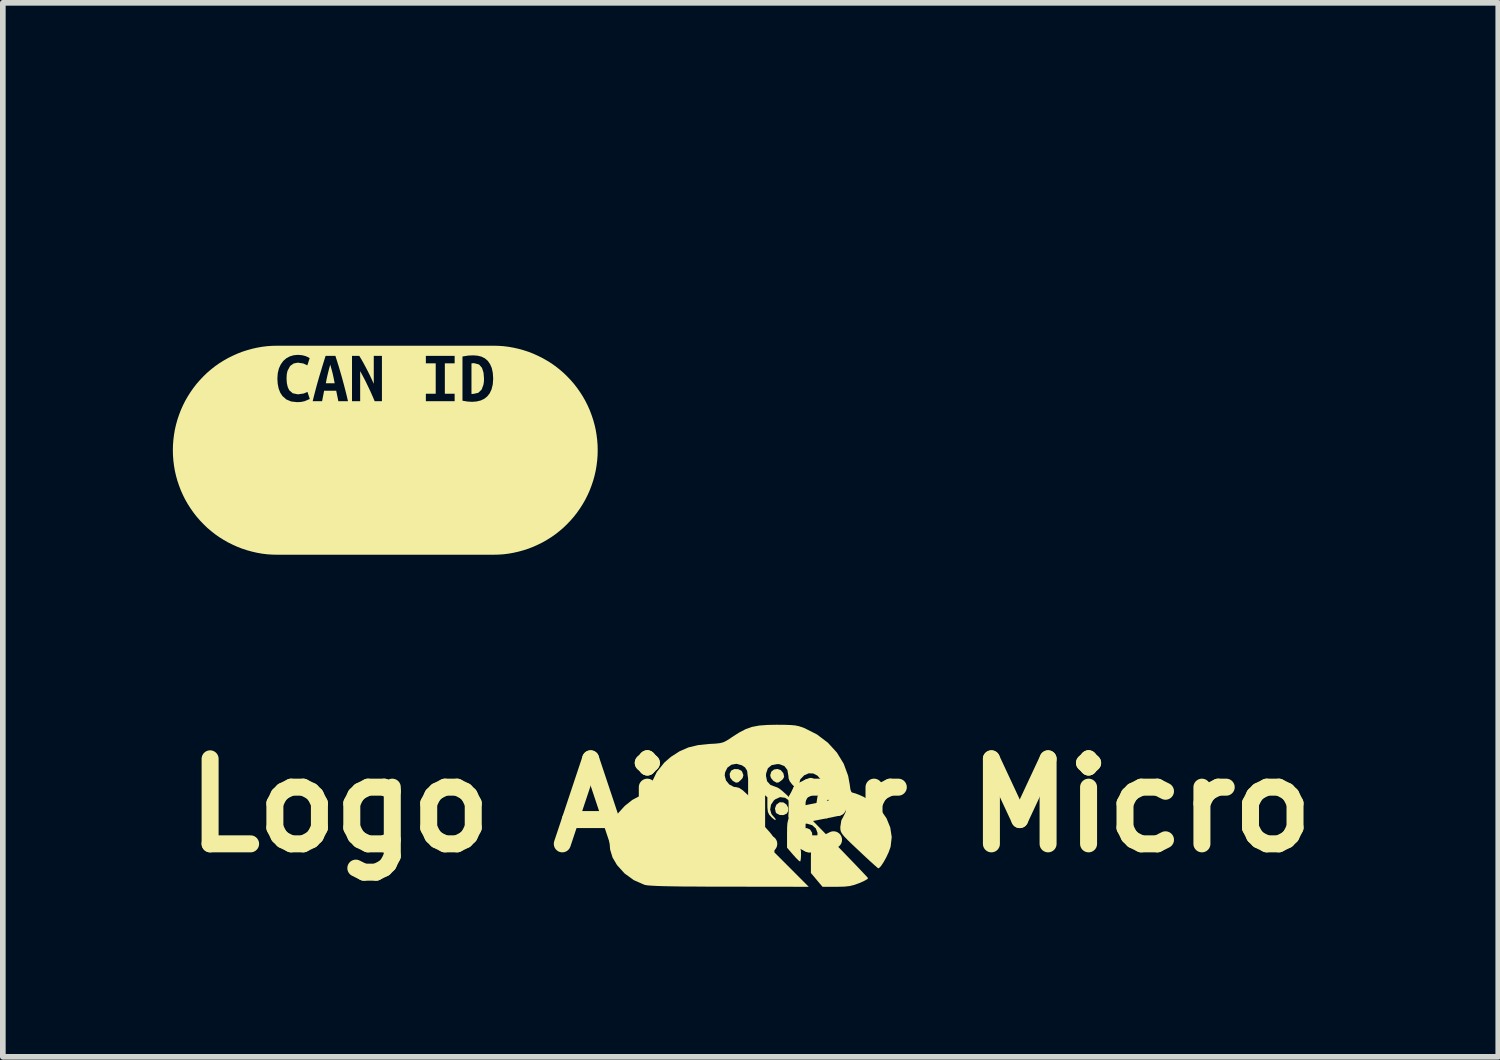
<source format=kicad_pcb>
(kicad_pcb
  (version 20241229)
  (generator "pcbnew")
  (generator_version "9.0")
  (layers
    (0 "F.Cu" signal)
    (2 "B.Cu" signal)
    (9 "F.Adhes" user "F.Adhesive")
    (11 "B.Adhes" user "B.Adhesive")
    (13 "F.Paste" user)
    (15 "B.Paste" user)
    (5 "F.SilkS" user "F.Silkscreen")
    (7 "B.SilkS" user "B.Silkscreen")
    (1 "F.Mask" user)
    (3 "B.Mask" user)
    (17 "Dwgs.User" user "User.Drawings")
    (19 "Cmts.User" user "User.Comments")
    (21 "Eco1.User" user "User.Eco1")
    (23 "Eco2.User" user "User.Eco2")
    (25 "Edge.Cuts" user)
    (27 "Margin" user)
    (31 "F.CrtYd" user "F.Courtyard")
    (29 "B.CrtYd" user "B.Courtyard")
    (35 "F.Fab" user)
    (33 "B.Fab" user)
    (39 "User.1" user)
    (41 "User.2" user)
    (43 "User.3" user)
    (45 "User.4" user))
  (footprint "Logo Aisler Micro"
    (layer "F.Cu")
    (at 10.193 11.161)
    (property "Reference" "Logo Aisler Micro" (at 0 0 0) (layer "F.SilkS") (effects (font (size 1.5 1.5) (thickness 0.3))))
    (attr board_only exclude_from_pos_files exclude_from_bom)
    (fp_poly (pts (xy 0.582 -0.052) (xy 0.634 -0.015) (xy 0.664 0.041) (xy 0.663 0.103) (xy 0.639 0.144) (xy 0.582 0.171) (xy 0.514 0.169) (xy 0.457 0.139) (xy 0.444 0.121) (xy 0.431 0.052) (xy 0.455 -0.012) (xy 0.509 -0.053) (xy 0.516 -0.056)) (stroke (width 0) (type solid)) (fill yes) (layer "F.SilkS"))
    (fp_poly (pts (xy 1.049 0.424) (xy 1.084 0.479) (xy 1.089 0.516) (xy 1.071 0.591) (xy 1.025 0.635) (xy 0.965 0.644) (xy 0.904 0.614) (xy 0.877 0.582) (xy 0.85 0.533) (xy 0.855 0.495) (xy 0.877 0.458) (xy 0.931 0.41) (xy 0.993 0.4)) (stroke (width 0) (type solid)) (fill yes) (layer "F.SilkS"))
    (fp_poly (pts (xy -0.22 -0.64) (xy -0.164 -0.614) (xy -0.149 -0.596) (xy -0.126 -0.534) (xy -0.14 -0.484) (xy -0.173 -0.446) (xy -0.22 -0.406) (xy -0.259 -0.402) (xy -0.312 -0.432) (xy -0.316 -0.435) (xy -0.36 -0.489) (xy -0.369 -0.556) (xy -0.342 -0.614) (xy -0.287 -0.641)) (stroke (width 0) (type solid)) (fill yes) (layer "F.SilkS"))
    (fp_poly (pts (xy 1.089 -0.482) (xy 1.126 -0.46) (xy 1.178 -0.409) (xy 1.183 -0.347) (xy 1.163 -0.295) (xy 1.119 -0.259) (xy 1.054 -0.248) (xy 0.991 -0.262) (xy 0.97 -0.277) (xy 0.942 -0.336) (xy 0.953 -0.402) (xy 0.999 -0.458) (xy 1.003 -0.46) (xy 1.051 -0.486)) (stroke (width 0) (type solid)) (fill yes) (layer "F.SilkS"))
    (fp_poly (pts (xy 0.533 -0.623) (xy 0.577 -0.571) (xy 0.581 -0.561) (xy 0.593 -0.504) (xy 0.572 -0.465) (xy 0.548 -0.443) (xy 0.497 -0.406) (xy 0.46 -0.401) (xy 0.415 -0.426) (xy 0.402 -0.435) (xy 0.36 -0.484) (xy 0.347 -0.531) (xy 0.366 -0.595) (xy 0.413 -0.633) (xy 0.474 -0.643)) (stroke (width 0) (type solid)) (fill yes) (layer "F.SilkS"))
    (fp_poly (pts (xy 1.51 -0.061) (xy 1.547 -0.039) (xy 1.596 0.015) (xy 1.608 0.081) (xy 1.582 0.141) (xy 1.579 0.144) (xy 1.526 0.168) (xy 1.456 0.17) (xy 1.398 0.149) (xy 1.391 0.144) (xy 1.363 0.085) (xy 1.374 0.018) (xy 1.42 -0.037) (xy 1.423 -0.039) (xy 1.472 -0.066)) (stroke (width 0) (type solid)) (fill yes) (layer "F.SilkS"))
    (fp_poly (pts (xy 0.602 -1.422) (xy 0.709 -1.418) (xy 0.789 -1.411) (xy 0.855 -1.397) (xy 0.917 -1.377) (xy 0.949 -1.365) (xy 1.172 -1.252) (xy 1.364 -1.107) (xy 1.523 -0.933) (xy 1.643 -0.737) (xy 1.722 -0.523) (xy 1.75 -0.369) (xy 1.762 -0.282) (xy 1.779 -0.237) (xy 1.803 -0.223) (xy 1.805 -0.223) (xy 1.846 -0.213) (xy 1.917 -0.186) (xy 1.993 -0.152) (xy 2.159 -0.051) (xy 2.296 0.078) (xy 2.399 0.227) (xy 2.465 0.389) (xy 2.491 0.558) (xy 2.472 0.725) (xy 2.466 0.746) (xy 2.435 0.831) (xy 2.393 0.92) (xy 2.347 1.002) (xy 2.303 1.068) (xy 2.268 1.105) (xy 2.253 1.11) (xy 2.229 1.091) (xy 2.175 1.043) (xy 2.097 0.973) (xy 2.002 0.885) (xy 1.908 0.796) (xy 1.793 0.688) (xy 1.709 0.606) (xy 1.651 0.546) (xy 1.615 0.501) (xy 1.595 0.465) (xy 1.586 0.431) (xy 1.584 0.393) (xy 1.584 0.38) (xy 1.602 0.264) (xy 1.634 0.205) (xy 1.677 0.118) (xy 1.683 0.026) (xy 1.654 -0.057) (xy 1.618 -0.097) (xy 1.532 -0.141) (xy 1.449 -0.144) (xy 1.377 -0.112) (xy 1.322 -0.054) (xy 1.292 0.022) (xy 1.293 0.109) (xy 1.332 0.2) (xy 1.341 0.213) (xy 1.356 0.238) (xy 1.338 0.227) (xy 1.289 0.184) (xy 1.279 0.174) (xy 1.215 0.109) (xy 1.18 0.059) (xy 1.166 0.007) (xy 1.164 -0.045) (xy 1.181 -0.157) (xy 1.213 -0.216) (xy 1.256 -0.302) (xy 1.261 -0.388) (xy 1.233 -0.465) (xy 1.179 -0.526) (xy 1.108 -0.563) (xy 1.026 -0.566) (xy 0.945 -0.53) (xy 0.878 -0.46) (xy 0.857 -0.377) (xy 0.883 -0.277) (xy 0.89 -0.264) (xy 0.939 -0.164) (xy 0.804 -0.298) (xy 0.732 -0.372) (xy 0.691 -0.427) (xy 0.672 -0.475) (xy 0.668 -0.522) (xy 0.65 -0.626) (xy 0.597 -0.694) (xy 0.511 -0.727) (xy 0.47 -0.729) (xy 0.372 -0.71) (xy 0.306 -0.655) (xy 0.275 -0.565) (xy 0.272 -0.521) (xy 0.292 -0.426) (xy 0.353 -0.36) (xy 0.452 -0.324) (xy 0.478 -0.314) (xy 0.514 -0.292) (xy 0.563 -0.253) (xy 0.628 -0.195) (xy 0.712 -0.115) (xy 0.819 -0.011) (xy 0.951 0.121) (xy 1.11 0.283) (xy 1.3 0.477) (xy 1.459 0.64) (xy 1.608 0.794) (xy 1.742 0.933) (xy 1.859 1.054) (xy 1.953 1.153) (xy 2.023 1.227) (xy 2.064 1.272) (xy 2.074 1.284) (xy 2.057 1.303) (xy 2.004 1.333) (xy 1.927 1.368) (xy 1.919 1.371) (xy 1.83 1.403) (xy 1.748 1.423) (xy 1.655 1.433) (xy 1.534 1.436) (xy 1.514 1.436) (xy 1.27 1.436) (xy 1.167 1.314) (xy 1.065 1.192) (xy 1.065 0.965) (xy 1.066 0.854) (xy 1.071 0.78) (xy 1.084 0.73) (xy 1.106 0.69) (xy 1.126 0.664) (xy 1.175 0.575) (xy 1.182 0.486) (xy 1.152 0.407) (xy 1.088 0.349) (xy 0.996 0.322) (xy 0.978 0.322) (xy 0.882 0.342) (xy 0.813 0.395) (xy 0.776 0.472) (xy 0.776 0.56) (xy 0.818 0.649) (xy 0.829 0.664) (xy 0.871 0.728) (xy 0.889 0.802) (xy 0.891 0.864) (xy 0.888 0.935) (xy 0.88 0.981) (xy 0.873 0.99) (xy 0.848 0.973) (xy 0.802 0.927) (xy 0.749 0.868) (xy 0.644 0.746) (xy 0.644 0.506) (xy 0.645 0.393) (xy 0.65 0.317) (xy 0.661 0.265) (xy 0.681 0.226) (xy 0.706 0.194) (xy 0.757 0.107) (xy 0.76 0.024) (xy 0.713 -0.057) (xy 0.695 -0.076) (xy 0.609 -0.135) (xy 0.521 -0.146) (xy 0.435 -0.107) (xy 0.412 -0.088) (xy 0.361 -0.013) (xy 0.346 0.072) (xy 0.368 0.151) (xy 0.396 0.186) (xy 0.433 0.228) (xy 0.446 0.256) (xy 0.43 0.257) (xy 0.392 0.229) (xy 0.371 0.21) (xy 0.328 0.162) (xy 0.306 0.114) (xy 0.298 0.044) (xy 0.297 -0.002) (xy 0.297 -0.143) (xy 0.124 -0.297) (xy 0.037 -0.377) (xy -0.016 -0.436) (xy -0.043 -0.482) (xy -0.05 -0.52) (xy -0.06 -0.61) (xy -0.096 -0.669) (xy -0.153 -0.708) (xy -0.249 -0.734) (xy -0.337 -0.718) (xy -0.408 -0.666) (xy -0.449 -0.584) (xy -0.456 -0.528) (xy -0.433 -0.44) (xy -0.375 -0.369) (xy -0.295 -0.327) (xy -0.252 -0.322) (xy -0.201 -0.309) (xy -0.139 -0.268) (xy -0.056 -0.192) (xy -0.043 -0.179) (xy 0.028 -0.105) (xy 0.07 -0.053) (xy 0.091 -0.007) (xy 0.099 0.046) (xy 0.099 0.087) (xy 0.101 0.147) (xy 0.112 0.195) (xy 0.137 0.242) (xy 0.184 0.3) (xy 0.258 0.383) (xy 0.259 0.384) (xy 0.333 0.466) (xy 0.38 0.524) (xy 0.406 0.571) (xy 0.417 0.619) (xy 0.42 0.681) (xy 0.42 0.693) (xy 0.421 0.829) (xy 0.724 1.132) (xy 1.027 1.436) (xy -0.372 1.434) (xy -0.69 1.434) (xy -0.961 1.432) (xy -1.19 1.431) (xy -1.38 1.428) (xy -1.534 1.425) (xy -1.656 1.421) (xy -1.748 1.416) (xy -1.815 1.411) (xy -1.859 1.404) (xy -1.874 1.4) (xy -2.059 1.319) (xy -2.223 1.2) (xy -2.356 1.053) (xy -2.435 0.919) (xy -2.478 0.777) (xy -2.491 0.614) (xy -2.474 0.446) (xy -2.429 0.293) (xy -2.418 0.268) (xy -2.333 0.134) (xy -2.218 0.008) (xy -2.086 -0.097) (xy -1.952 -0.168) (xy -1.95 -0.169) (xy -1.878 -0.197) (xy -1.831 -0.226) (xy -1.799 -0.268) (xy -1.77 -0.334) (xy -1.746 -0.4) (xy -1.654 -0.59) (xy -1.52 -0.757) (xy -1.406 -0.856) (xy -1.252 -0.955) (xy -1.096 -1.023) (xy -0.925 -1.064) (xy -0.732 -1.084) (xy -0.617 -1.09) (xy -0.538 -1.099) (xy -0.478 -1.115) (xy -0.422 -1.143) (xy -0.355 -1.185) (xy -0.332 -1.202) (xy -0.202 -1.285) (xy -0.087 -1.345) (xy 0.026 -1.385) (xy 0.151 -1.409) (xy 0.3 -1.42) (xy 0.458 -1.423)) (stroke (width 0) (type solid)) (fill yes) (layer "F.SilkS")))
  (footprint "CAN ID Label 2"
    (layer "F.Cu")
    (at 3.748 4.894)
    (property "Reference" "CAN ID Label 2" (at 0 -4.892 0) (layer "F.SilkS") (effects (font (size 0.001 0.001) (thickness 0.15))))
    (attr exclude_from_pos_files exclude_from_bom allow_missing_courtyard)
    (fp_poly (pts (xy -0.971 -1.51) (xy -0.995 -1.424) (xy -1.015 -1.344) (xy -1.033 -1.264) (xy -1.049 -1.181) (xy -0.893 -1.181) (xy -0.909 -1.264) (xy -0.926 -1.344) (xy -0.947 -1.424) (xy -0.971 -1.51)) (stroke (width 0) (type solid)) (fill yes) (layer "F.SilkS"))
    (fp_poly (pts (xy 1.521 -0.994) (xy 1.535 -0.993) (xy 1.55 -0.993) (xy 1.641 -1.013) (xy 1.7 -1.07) (xy 1.732 -1.156) (xy 1.74 -1.208) (xy 1.742 -1.265) (xy 1.734 -1.366) (xy 1.707 -1.453) (xy 1.654 -1.513) (xy 1.568 -1.536) (xy 1.544 -1.535) (xy 1.521 -1.532) (xy 1.521 -0.994)) (stroke (width 0) (type solid)) (fill yes) (layer "F.SilkS"))
    (fp_poly (pts (xy -1.904 -1.844) (xy -1.904 -1.844) (xy -1.994 -1.842) (xy -2.085 -1.836) (xy -2.174 -1.825) (xy -2.264 -1.809) (xy -2.352 -1.789) (xy -2.439 -1.765) (xy -2.525 -1.737) (xy -2.61 -1.704) (xy -2.692 -1.667) (xy -2.773 -1.627) (xy -2.852 -1.582) (xy -2.929 -1.534) (xy -3.003 -1.482) (xy -3.074 -1.426) (xy -3.143 -1.367) (xy -3.208 -1.304) (xy -3.27 -1.239) (xy -3.33 -1.17) (xy -3.385 -1.099) (xy -3.437 -1.025) (xy -3.486 -0.948) (xy -3.531 -0.869) (xy -3.571 -0.789) (xy -3.608 -0.706) (xy -3.64 -0.621) (xy -3.669 -0.535) (xy -3.693 -0.448) (xy -3.713 -0.36) (xy -3.728 -0.271) (xy -3.739 -0.181) (xy -3.746 -0.091) (xy -3.748 0) (xy -3.746 0.091) (xy -3.739 0.181) (xy -3.728 0.271) (xy -3.713 0.36) (xy -3.693 0.448) (xy -3.669 0.535) (xy -3.64 0.621) (xy -3.608 0.706) (xy -3.571 0.789) (xy -3.531 0.869) (xy -3.486 0.948) (xy -3.437 1.025) (xy -3.385 1.099) (xy -3.33 1.17) (xy -3.27 1.239) (xy -3.208 1.304) (xy -3.143 1.367) (xy -3.074 1.426) (xy -3.003 1.482) (xy -2.929 1.534) (xy -2.852 1.582) (xy -2.773 1.627) (xy -2.692 1.667) (xy -2.61 1.704) (xy -2.525 1.737) (xy -2.439 1.765) (xy -2.352 1.789) (xy -2.264 1.809) (xy -2.174 1.825) (xy -2.085 1.836) (xy -1.994 1.842) (xy -1.904 1.844) (xy -1.904 1.844) (xy -1.556 1.844) (xy -1.556 -0.848) (xy -1.66 -0.86) (xy -1.746 -0.896) (xy -1.815 -0.957) (xy -1.854 -1.017) (xy -1.881 -1.088) (xy -1.898 -1.171) (xy -1.904 -1.265) (xy -1.897 -1.36) (xy -1.877 -1.443) (xy -1.844 -1.514) (xy -1.801 -1.574) (xy -1.748 -1.621) (xy -1.686 -1.655) (xy -1.616 -1.676) (xy -1.541 -1.683) (xy -1.464 -1.676) (xy -1.404 -1.66) (xy -1.36 -1.64) (xy -1.334 -1.625) (xy -1.375 -1.498) (xy -1.447 -1.531) (xy -1.543 -1.545) (xy -1.616 -1.531) (xy -1.679 -1.486) (xy -1.725 -1.401) (xy -1.738 -1.342) (xy -1.742 -1.269) (xy -1.737 -1.185) (xy -1.721 -1.115) (xy -1.695 -1.059) (xy -1.633 -1.005) (xy -1.541 -0.986) (xy -1.438 -1.001) (xy -1.373 -1.029) (xy -1.332 -0.904) (xy -1.424 -0.865) (xy -1.485 -0.852) (xy -1.556 -0.848) (xy -1.556 1.844) (xy -0.828 1.844) (xy -0.828 -0.865) (xy -0.866 -1.05) (xy -1.079 -1.05) (xy -1.115 -0.865) (xy -1.281 -0.865) (xy -1.258 -0.958) (xy -1.235 -1.047) (xy -1.212 -1.134) (xy -1.189 -1.216) (xy -1.166 -1.296) (xy -1.137 -1.392) (xy -1.109 -1.485) (xy -1.081 -1.576) (xy -1.053 -1.665) (xy -0.88 -1.665) (xy -0.852 -1.576) (xy -0.823 -1.484) (xy -0.795 -1.389) (xy -0.767 -1.292) (xy -0.745 -1.212) (xy -0.723 -1.129) (xy -0.701 -1.044) (xy -0.679 -0.956) (xy -0.658 -0.865) (xy -0.828 -0.865) (xy -0.828 1.844) (xy -0.187 1.844) (xy -0.187 -0.865) (xy -0.225 -0.954) (xy -0.264 -1.042) (xy -0.306 -1.13) (xy -0.349 -1.219) (xy -0.395 -1.307) (xy -0.443 -1.396) (xy -0.443 -0.865) (xy -0.587 -0.865) (xy -0.587 -1.665) (xy -0.459 -1.665) (xy -0.423 -1.606) (xy -0.386 -1.541) (xy -0.351 -1.475) (xy -0.316 -1.409) (xy -0.283 -1.344) (xy -0.253 -1.281) (xy -0.226 -1.223) (xy -0.203 -1.172) (xy -0.203 -1.665) (xy -0.059 -1.665) (xy -0.059 -0.865) (xy -0.187 -0.865) (xy -0.187 1.844) (xy 0.716 1.844) (xy 0.716 -0.865) (xy 0.716 -0.997) (xy 0.89 -0.997) (xy 0.89 -1.533) (xy 0.716 -1.533) (xy 0.716 -1.665) (xy 1.224 -1.665) (xy 1.224 -1.533) (xy 1.051 -1.533) (xy 1.051 -0.997) (xy 1.224 -0.997) (xy 1.224 -0.865) (xy 0.716 -0.865) (xy 0.716 1.844) (xy 1.533 1.844) (xy 1.533 -0.854) (xy 1.449 -0.859) (xy 1.362 -0.874) (xy 1.362 -1.654) (xy 1.464 -1.67) (xy 1.553 -1.674) (xy 1.629 -1.668) (xy 1.698 -1.651) (xy 1.758 -1.621) (xy 1.808 -1.578) (xy 1.848 -1.521) (xy 1.879 -1.451) (xy 1.897 -1.366) (xy 1.904 -1.265) (xy 1.897 -1.163) (xy 1.876 -1.076) (xy 1.843 -1.005) (xy 1.799 -0.949) (xy 1.745 -0.906) (xy 1.682 -0.877) (xy 1.611 -0.86) (xy 1.533 -0.854) (xy 1.533 1.844) (xy 1.904 1.844) (xy 1.904 1.844) (xy 1.994 1.842) (xy 2.085 1.836) (xy 2.174 1.825) (xy 2.264 1.809) (xy 2.352 1.789) (xy 2.439 1.765) (xy 2.525 1.737) (xy 2.61 1.704) (xy 2.692 1.667) (xy 2.773 1.627) (xy 2.852 1.582) (xy 2.929 1.534) (xy 3.003 1.482) (xy 3.074 1.426) (xy 3.143 1.367) (xy 3.208 1.304) (xy 3.27 1.239) (xy 3.33 1.17) (xy 3.385 1.099) (xy 3.437 1.025) (xy 3.486 0.948) (xy 3.531 0.869) (xy 3.571 0.789) (xy 3.608 0.706) (xy 3.64 0.621) (xy 3.669 0.535) (xy 3.693 0.448) (xy 3.713 0.36) (xy 3.728 0.271) (xy 3.739 0.181) (xy 3.746 0.091) (xy 3.748 0) (xy 3.746 -0.091) (xy 3.739 -0.181) (xy 3.728 -0.271) (xy 3.713 -0.36) (xy 3.693 -0.448) (xy 3.669 -0.535) (xy 3.64 -0.621) (xy 3.608 -0.706) (xy 3.571 -0.789) (xy 3.531 -0.869) (xy 3.486 -0.948) (xy 3.437 -1.025) (xy 3.385 -1.099) (xy 3.33 -1.17) (xy 3.27 -1.239) (xy 3.208 -1.304) (xy 3.143 -1.367) (xy 3.074 -1.426) (xy 3.003 -1.482) (xy 2.929 -1.534) (xy 2.852 -1.582) (xy 2.773 -1.627) (xy 2.692 -1.667) (xy 2.61 -1.704) (xy 2.525 -1.737) (xy 2.439 -1.765) (xy 2.352 -1.789) (xy 2.264 -1.809) (xy 2.174 -1.825) (xy 2.085 -1.836) (xy 1.994 -1.842) (xy 1.904 -1.844) (xy 1.904 -1.844) (xy -1.904 -1.844)) (stroke (width 0) (type solid)) (fill yes) (layer "F.SilkS")))
  (gr_rect
    (start -3 -3)
    (end 23.386 15.597)
    (stroke (width 0.1) (type default))
    (fill no)
    (layer "Edge.Cuts")))
</source>
